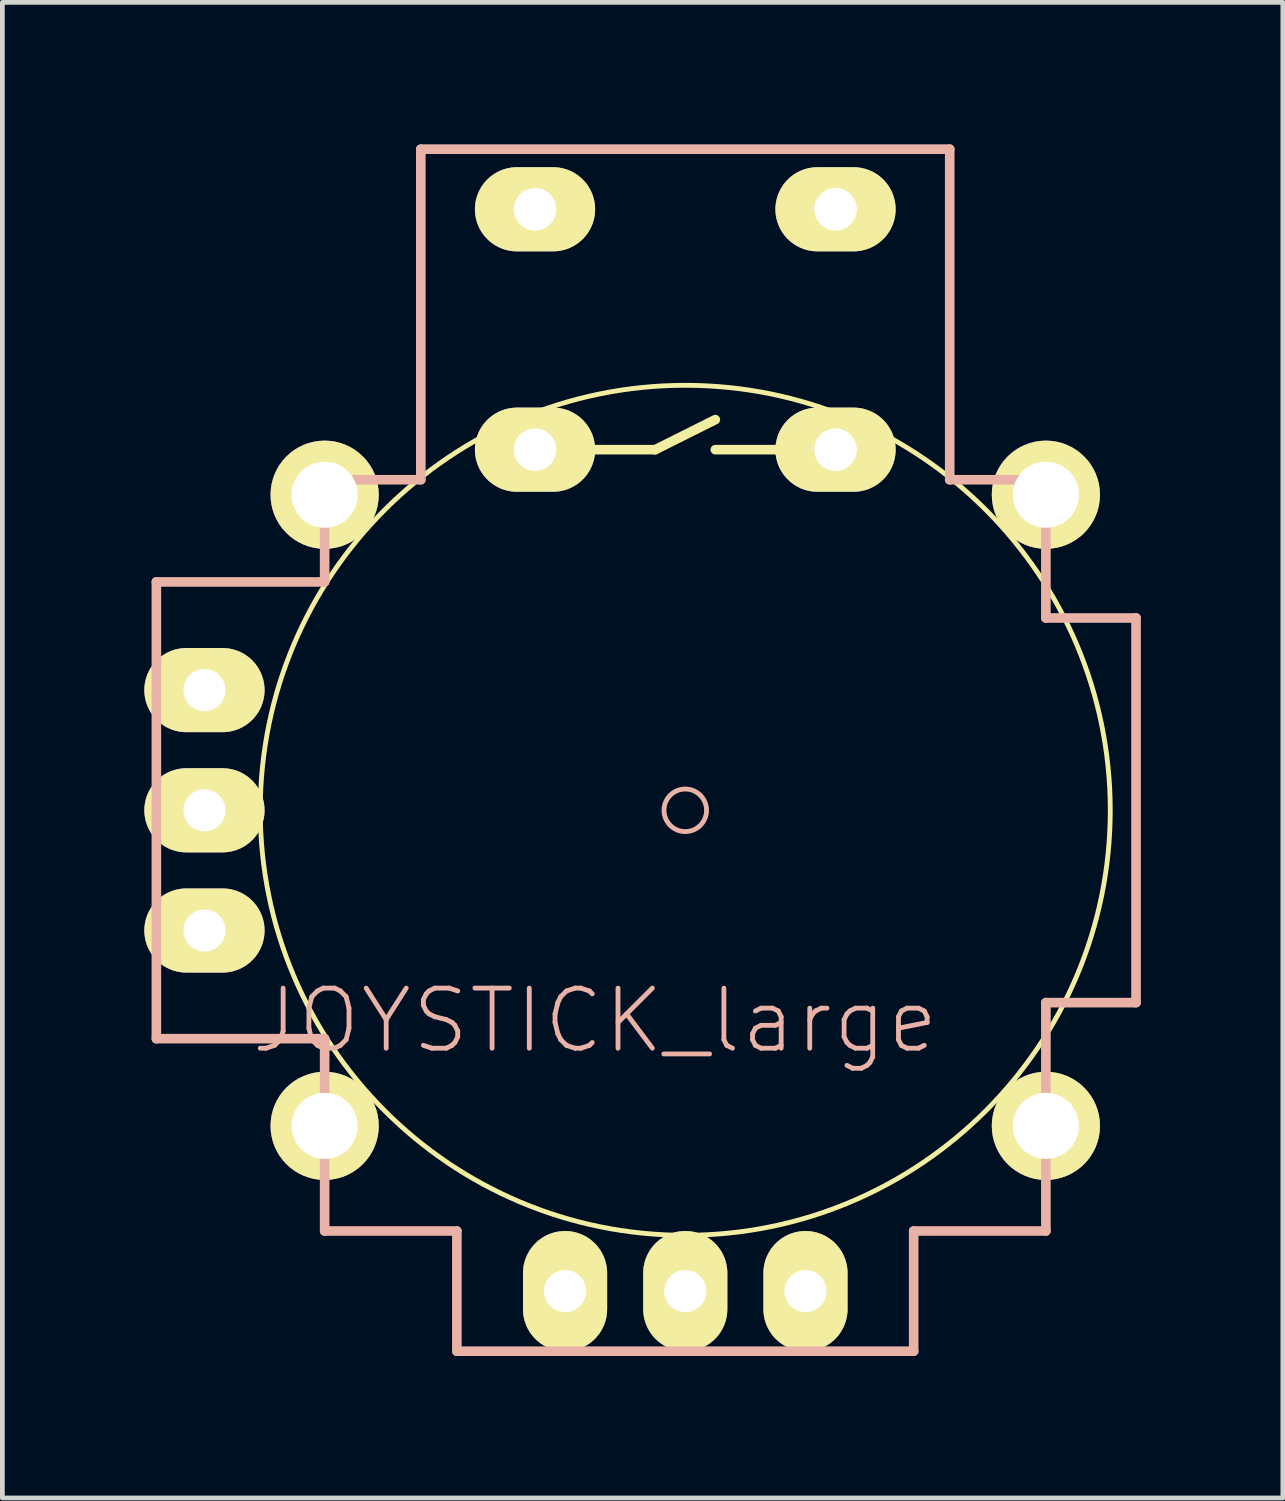
<source format=kicad_pcb>
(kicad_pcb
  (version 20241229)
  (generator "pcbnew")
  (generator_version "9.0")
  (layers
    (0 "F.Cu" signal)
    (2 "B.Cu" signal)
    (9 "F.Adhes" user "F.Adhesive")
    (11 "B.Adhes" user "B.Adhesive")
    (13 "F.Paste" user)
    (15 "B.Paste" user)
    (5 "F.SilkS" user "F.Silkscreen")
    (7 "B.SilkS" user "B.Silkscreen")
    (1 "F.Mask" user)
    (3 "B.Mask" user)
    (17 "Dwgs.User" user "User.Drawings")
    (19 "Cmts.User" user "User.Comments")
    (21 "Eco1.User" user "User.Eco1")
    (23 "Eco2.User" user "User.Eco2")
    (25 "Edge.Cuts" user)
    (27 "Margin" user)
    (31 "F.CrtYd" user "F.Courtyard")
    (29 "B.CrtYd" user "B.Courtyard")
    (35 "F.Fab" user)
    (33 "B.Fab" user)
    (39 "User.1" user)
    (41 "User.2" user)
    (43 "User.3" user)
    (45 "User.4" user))
  (footprint "JOYSTICK_large"
    (layer "F.Cu")
    (at 11.43 14.072)
    (property "Reference" "JOYSTICK_large" (at -1.905 4.445 0) (layer "B.SilkS") (effects (font (size 1.27 1.27) (thickness 0.102))))
    (attr exclude_from_pos_files exclude_from_bom)
    (fp_line (start -1.905 -7.62) (end -0.635 -7.62) (stroke (width 0.203) (type solid)) (layer "F.SilkS"))
    (fp_line (start -0.635 -7.62) (end 0.635 -8.255) (stroke (width 0.203) (type solid)) (layer "F.SilkS"))
    (fp_line (start 0.635 -7.62) (end 1.905 -7.62) (stroke (width 0.203) (type solid)) (layer "F.SilkS"))
    (fp_circle (center 0 0) (end -6.35 6.35) (stroke (width 0.102) (type solid)) (fill no) (layer "F.SilkS"))
    (fp_line (start -11.176 -4.826) (end -11.176 4.826) (stroke (width 0.203) (type solid)) (layer "B.SilkS"))
    (fp_line (start -7.62 -4.826) (end -11.176 -4.826) (stroke (width 0.203) (type solid)) (layer "B.SilkS"))
    (fp_line (start -7.62 -4.826) (end -7.62 -6.985) (stroke (width 0.203) (type solid)) (layer "B.SilkS"))
    (fp_line (start -7.62 4.826) (end -11.176 4.826) (stroke (width 0.203) (type solid)) (layer "B.SilkS"))
    (fp_line (start -7.62 4.826) (end -7.62 8.89) (stroke (width 0.203) (type solid)) (layer "B.SilkS"))
    (fp_line (start -5.588 -13.97) (end -5.588 -6.985) (stroke (width 0.203) (type solid)) (layer "B.SilkS"))
    (fp_line (start -5.588 -6.985) (end -7.62 -6.985) (stroke (width 0.203) (type solid)) (layer "B.SilkS"))
    (fp_line (start -4.826 8.89) (end -7.62 8.89) (stroke (width 0.203) (type solid)) (layer "B.SilkS"))
    (fp_line (start -4.826 11.43) (end -4.826 8.89) (stroke (width 0.203) (type solid)) (layer "B.SilkS"))
    (fp_line (start 4.826 8.89) (end 7.62 8.89) (stroke (width 0.203) (type solid)) (layer "B.SilkS"))
    (fp_line (start 4.826 11.43) (end -4.826 11.43) (stroke (width 0.203) (type solid)) (layer "B.SilkS"))
    (fp_line (start 4.826 11.43) (end 4.826 8.89) (stroke (width 0.203) (type solid)) (layer "B.SilkS"))
    (fp_line (start 5.588 -13.97) (end -5.588 -13.97) (stroke (width 0.203) (type solid)) (layer "B.SilkS"))
    (fp_line (start 5.588 -13.97) (end 5.588 -6.985) (stroke (width 0.203) (type solid)) (layer "B.SilkS"))
    (fp_line (start 7.62 -6.985) (end 5.588 -6.985) (stroke (width 0.203) (type solid)) (layer "B.SilkS"))
    (fp_line (start 7.62 -4.064) (end 7.62 -6.985) (stroke (width 0.203) (type solid)) (layer "B.SilkS"))
    (fp_line (start 7.62 -4.064) (end 9.525 -4.064) (stroke (width 0.203) (type solid)) (layer "B.SilkS"))
    (fp_line (start 7.62 4.064) (end 7.62 8.89) (stroke (width 0.203) (type solid)) (layer "B.SilkS"))
    (fp_line (start 7.62 4.064) (end 9.525 4.064) (stroke (width 0.203) (type solid)) (layer "B.SilkS"))
    (fp_line (start 9.525 -4.064) (end 9.525 4.064) (stroke (width 0.203) (type solid)) (layer "B.SilkS"))
    (fp_circle (center 0 0) (end -0.318 0.318) (stroke (width 0.102) (type solid)) (fill no) (layer "B.SilkS"))
    (pad "B1A" thru_hole oval (at -3.175 -12.7) (size 2.54 1.778) (drill 0.899) (layers "*.Cu" "F.Mask" "F.SilkS" "F.Paste"))
    (pad "B1B" thru_hole oval (at 3.175 -12.7) (size 2.54 1.778) (drill 0.899) (layers "*.Cu" "F.Mask" "F.SilkS" "F.Paste"))
    (pad "B2A" thru_hole oval (at -3.175 -7.62) (size 2.54 1.778) (drill 0.899) (layers "*.Cu" "F.Mask" "F.SilkS" "F.Paste"))
    (pad "B2B" thru_hole oval (at 3.175 -7.62) (size 2.54 1.778) (drill 0.899) (layers "*.Cu" "F.Mask" "F.SilkS" "F.Paste"))
    (pad "H1" thru_hole oval (at -2.54 10.16) (size 1.778 2.54) (drill 0.889) (layers "*.Cu" "F.Mask" "F.SilkS" "F.Paste"))
    (pad "H2" thru_hole oval (at 0 10.16) (size 1.778 2.54) (drill 0.889) (layers "*.Cu" "F.Mask" "F.SilkS" "F.Paste"))
    (pad "H3" thru_hole oval (at 2.54 10.16) (size 1.778 2.54) (drill 0.889) (layers "*.Cu" "F.Mask" "F.SilkS" "F.Paste"))
    (pad "MOUN" thru_hole circle (at -7.62 -6.668) (size 2.286 2.286) (drill 1.397) (layers "*.Cu" "F.Mask" "F.SilkS" "F.Paste"))
    (pad "MOUN" thru_hole circle (at -7.62 6.668) (size 2.286 2.286) (drill 1.397) (layers "*.Cu" "F.Mask" "F.SilkS" "F.Paste"))
    (pad "MOUN" thru_hole circle (at 7.62 -6.668) (size 2.286 2.286) (drill 1.397) (layers "*.Cu" "F.Mask" "F.SilkS" "F.Paste"))
    (pad "MOUN" thru_hole circle (at 7.62 6.668) (size 2.286 2.286) (drill 1.397) (layers "*.Cu" "F.Mask" "F.SilkS" "F.Paste"))
    (pad "V1" thru_hole oval (at -10.16 -2.54) (size 2.54 1.778) (drill 0.889) (layers "*.Cu" "F.Mask" "F.SilkS" "F.Paste"))
    (pad "V2" thru_hole oval (at -10.16 0) (size 2.54 1.778) (drill 0.889) (layers "*.Cu" "F.Mask" "F.SilkS" "F.Paste"))
    (pad "V3" thru_hole oval (at -10.16 2.54) (size 2.54 1.778) (drill 0.889) (layers "*.Cu" "F.Mask" "F.SilkS" "F.Paste")))
  (gr_rect
    (start -3 -3)
    (end 24.057 28.603)
    (stroke (width 0.1) (type default))
    (fill no)
    (layer "Edge.Cuts")))
</source>
